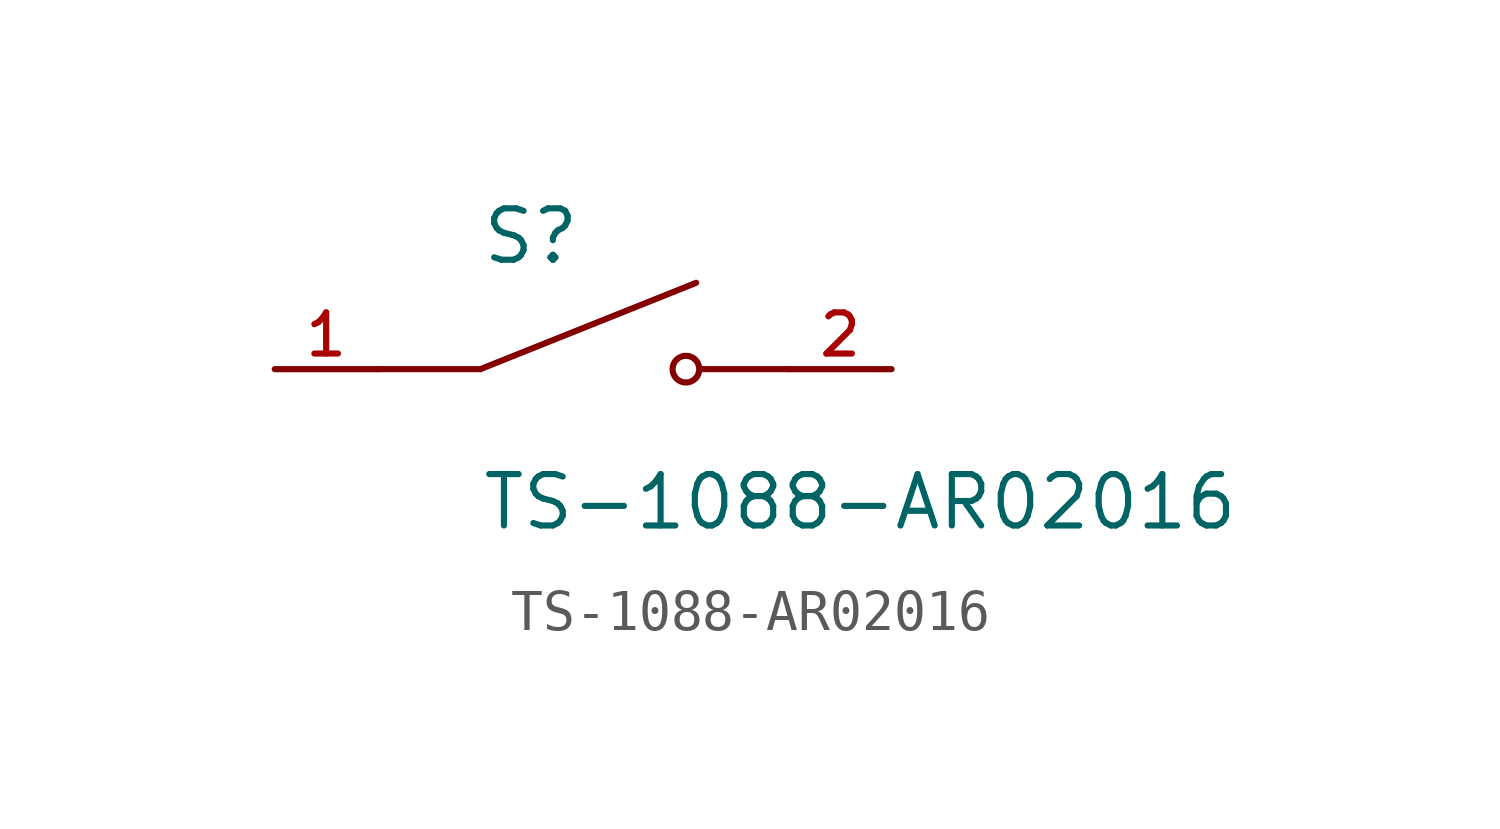
<source format=kicad_sym>
(kicad_symbol_lib
  (version 20211014)
  (generator kicad_symbol_editor)
  (symbol "TS-1088-AR02016"
    (pin_names
      (offset 1.016))
    (property "Reference" "S"
      (at -2.54 2.54 0)
      (effects (font (size 1.27 1.27)) (justify bottom left)))
    (property "Value" "TS-1088-AR02016"
      (at -2.54 -2.54 0)
      (effects (font (size 1.27 1.27)) (justify top left)))
    (symbol "TS-1088-AR02016_0_0"
      (polyline (pts (xy -2.54 0.0) (xy 2.794 2.134)) (stroke (width 0.152)))
      (circle (center 2.54 0.0) (radius 0.33) (stroke (width 0.152)) (fill (type none)))
      (polyline (pts (xy 5.08 0.0) (xy 2.921 0.0)) (stroke (width 0.152)))
      (polyline (pts (xy -2.54 0.0) (xy -5.08 0.0)) (stroke (width 0.152)))
      (pin passive line (at -7.62 0.0 0) (length 2.54) (name "~" (effects (font (size 1.016 1.016)))) (number "1" (effects (font (size 1.016 1.016)))))
      (pin passive line (at 7.62 0.0 180.0) (length 2.54) (name "~" (effects (font (size 1.016 1.016)))) (number "2" (effects (font (size 1.016 1.016))))))))
</source>
